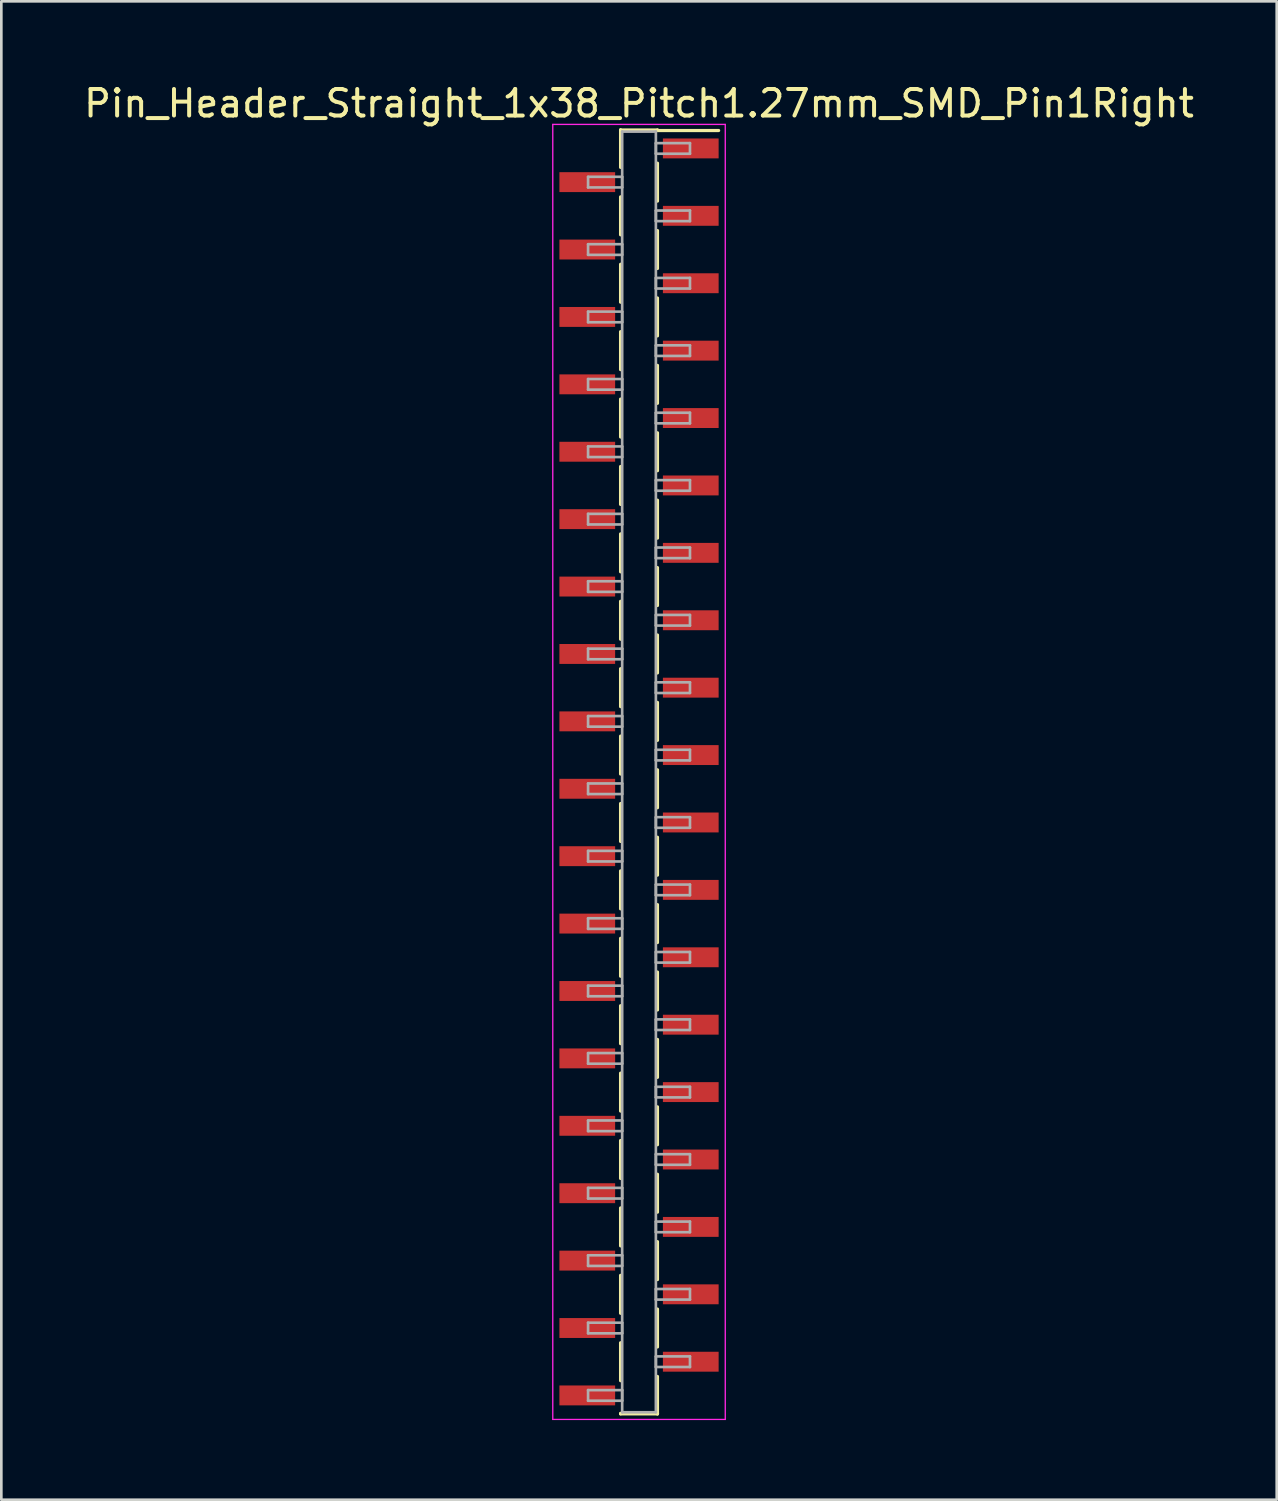
<source format=kicad_pcb>
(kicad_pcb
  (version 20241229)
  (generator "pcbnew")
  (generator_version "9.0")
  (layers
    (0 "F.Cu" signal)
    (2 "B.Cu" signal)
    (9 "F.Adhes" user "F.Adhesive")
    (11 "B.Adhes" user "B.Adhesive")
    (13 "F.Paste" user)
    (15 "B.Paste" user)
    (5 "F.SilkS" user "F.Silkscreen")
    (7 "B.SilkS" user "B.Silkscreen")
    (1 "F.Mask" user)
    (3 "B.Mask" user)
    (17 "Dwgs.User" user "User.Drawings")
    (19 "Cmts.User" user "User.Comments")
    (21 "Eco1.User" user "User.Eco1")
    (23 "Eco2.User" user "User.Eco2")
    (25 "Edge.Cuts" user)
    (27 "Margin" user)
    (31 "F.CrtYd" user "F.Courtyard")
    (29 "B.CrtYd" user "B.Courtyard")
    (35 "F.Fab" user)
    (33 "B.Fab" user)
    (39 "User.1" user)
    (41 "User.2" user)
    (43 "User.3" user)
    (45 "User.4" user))
  (footprint "Pin_Header_Straight_1x38_Pitch1.27mm_SMD_Pin1Right"
    (layer "F.Cu")
    (at 21.03 26.038)
    (property "Reference" "Pin_Header_Straight_1x38_Pitch1.27mm_SMD_Pin1Right" (at 0 -25.19 0) (layer "F.SilkS") (effects (font (size 1 1) (thickness 0.15))))
    (attr smd)
    (fp_line (start -0.695 -24.19) (end -0.695 -22.78) (stroke (width 0.12) (type solid)) (layer "F.SilkS"))
    (fp_line (start -0.695 -24.19) (end 0.695 -24.19) (stroke (width 0.12) (type solid)) (layer "F.SilkS"))
    (fp_line (start -0.695 -24.17) (end -0.695 -24.19) (stroke (width 0.12) (type solid)) (layer "F.SilkS"))
    (fp_line (start -0.695 -21.67) (end -0.695 -20.24) (stroke (width 0.12) (type solid)) (layer "F.SilkS"))
    (fp_line (start -0.695 -19.13) (end -0.695 -17.7) (stroke (width 0.12) (type solid)) (layer "F.SilkS"))
    (fp_line (start -0.695 -16.59) (end -0.695 -15.16) (stroke (width 0.12) (type solid)) (layer "F.SilkS"))
    (fp_line (start -0.695 -14.05) (end -0.695 -12.62) (stroke (width 0.12) (type solid)) (layer "F.SilkS"))
    (fp_line (start -0.695 -11.51) (end -0.695 -10.08) (stroke (width 0.12) (type solid)) (layer "F.SilkS"))
    (fp_line (start -0.695 -8.97) (end -0.695 -7.54) (stroke (width 0.12) (type solid)) (layer "F.SilkS"))
    (fp_line (start -0.695 -6.43) (end -0.695 -5) (stroke (width 0.12) (type solid)) (layer "F.SilkS"))
    (fp_line (start -0.695 -3.89) (end -0.695 -2.46) (stroke (width 0.12) (type solid)) (layer "F.SilkS"))
    (fp_line (start -0.695 -1.35) (end -0.695 0.08) (stroke (width 0.12) (type solid)) (layer "F.SilkS"))
    (fp_line (start -0.695 1.19) (end -0.695 2.62) (stroke (width 0.12) (type solid)) (layer "F.SilkS"))
    (fp_line (start -0.695 3.73) (end -0.695 5.16) (stroke (width 0.12) (type solid)) (layer "F.SilkS"))
    (fp_line (start -0.695 6.27) (end -0.695 7.7) (stroke (width 0.12) (type solid)) (layer "F.SilkS"))
    (fp_line (start -0.695 8.81) (end -0.695 10.24) (stroke (width 0.12) (type solid)) (layer "F.SilkS"))
    (fp_line (start -0.695 11.35) (end -0.695 12.78) (stroke (width 0.12) (type solid)) (layer "F.SilkS"))
    (fp_line (start -0.695 13.89) (end -0.695 15.32) (stroke (width 0.12) (type solid)) (layer "F.SilkS"))
    (fp_line (start -0.695 16.43) (end -0.695 17.86) (stroke (width 0.12) (type solid)) (layer "F.SilkS"))
    (fp_line (start -0.695 18.97) (end -0.695 20.4) (stroke (width 0.12) (type solid)) (layer "F.SilkS"))
    (fp_line (start -0.695 21.51) (end -0.695 22.94) (stroke (width 0.12) (type solid)) (layer "F.SilkS"))
    (fp_line (start -0.695 24.17) (end -0.695 24.19) (stroke (width 0.12) (type solid)) (layer "F.SilkS"))
    (fp_line (start -0.695 24.19) (end 0.695 24.19) (stroke (width 0.12) (type solid)) (layer "F.SilkS"))
    (fp_line (start 0.695 -24.19) (end 0.695 -24.17) (stroke (width 0.12) (type solid)) (layer "F.SilkS"))
    (fp_line (start 0.695 -24.17) (end 3 -24.17) (stroke (width 0.12) (type solid)) (layer "F.SilkS"))
    (fp_line (start 0.695 -22.94) (end 0.695 -21.51) (stroke (width 0.12) (type solid)) (layer "F.SilkS"))
    (fp_line (start 0.695 -20.4) (end 0.695 -18.97) (stroke (width 0.12) (type solid)) (layer "F.SilkS"))
    (fp_line (start 0.695 -17.86) (end 0.695 -16.43) (stroke (width 0.12) (type solid)) (layer "F.SilkS"))
    (fp_line (start 0.695 -15.32) (end 0.695 -13.89) (stroke (width 0.12) (type solid)) (layer "F.SilkS"))
    (fp_line (start 0.695 -12.78) (end 0.695 -11.35) (stroke (width 0.12) (type solid)) (layer "F.SilkS"))
    (fp_line (start 0.695 -10.24) (end 0.695 -8.81) (stroke (width 0.12) (type solid)) (layer "F.SilkS"))
    (fp_line (start 0.695 -7.7) (end 0.695 -6.27) (stroke (width 0.12) (type solid)) (layer "F.SilkS"))
    (fp_line (start 0.695 -5.16) (end 0.695 -3.73) (stroke (width 0.12) (type solid)) (layer "F.SilkS"))
    (fp_line (start 0.695 -2.62) (end 0.695 -1.19) (stroke (width 0.12) (type solid)) (layer "F.SilkS"))
    (fp_line (start 0.695 -0.08) (end 0.695 1.35) (stroke (width 0.12) (type solid)) (layer "F.SilkS"))
    (fp_line (start 0.695 2.46) (end 0.695 3.89) (stroke (width 0.12) (type solid)) (layer "F.SilkS"))
    (fp_line (start 0.695 5) (end 0.695 6.43) (stroke (width 0.12) (type solid)) (layer "F.SilkS"))
    (fp_line (start 0.695 7.54) (end 0.695 8.97) (stroke (width 0.12) (type solid)) (layer "F.SilkS"))
    (fp_line (start 0.695 10.08) (end 0.695 11.51) (stroke (width 0.12) (type solid)) (layer "F.SilkS"))
    (fp_line (start 0.695 12.62) (end 0.695 14.05) (stroke (width 0.12) (type solid)) (layer "F.SilkS"))
    (fp_line (start 0.695 15.16) (end 0.695 16.59) (stroke (width 0.12) (type solid)) (layer "F.SilkS"))
    (fp_line (start 0.695 17.7) (end 0.695 19.13) (stroke (width 0.12) (type solid)) (layer "F.SilkS"))
    (fp_line (start 0.695 20.24) (end 0.695 21.67) (stroke (width 0.12) (type solid)) (layer "F.SilkS"))
    (fp_line (start 0.695 22.78) (end 0.695 24.19) (stroke (width 0.12) (type solid)) (layer "F.SilkS"))
    (fp_line (start 0.695 24.19) (end 0.695 24.17) (stroke (width 0.12) (type solid)) (layer "F.SilkS"))
    (fp_line (start -3.25 -24.4) (end -3.25 24.4) (stroke (width 0.05) (type solid)) (layer "F.CrtYd"))
    (fp_line (start -3.25 24.4) (end 3.25 24.4) (stroke (width 0.05) (type solid)) (layer "F.CrtYd"))
    (fp_line (start 3.25 -24.4) (end -3.25 -24.4) (stroke (width 0.05) (type solid)) (layer "F.CrtYd"))
    (fp_line (start 3.25 24.4) (end 3.25 -24.4) (stroke (width 0.05) (type solid)) (layer "F.CrtYd"))
    (fp_line (start -1.92 -22.425) (end -0.635 -22.425) (stroke (width 0.1) (type solid)) (layer "F.Fab"))
    (fp_line (start -1.92 -22.025) (end -1.92 -22.425) (stroke (width 0.1) (type solid)) (layer "F.Fab"))
    (fp_line (start -1.92 -19.885) (end -0.635 -19.885) (stroke (width 0.1) (type solid)) (layer "F.Fab"))
    (fp_line (start -1.92 -19.485) (end -1.92 -19.885) (stroke (width 0.1) (type solid)) (layer "F.Fab"))
    (fp_line (start -1.92 -17.345) (end -0.635 -17.345) (stroke (width 0.1) (type solid)) (layer "F.Fab"))
    (fp_line (start -1.92 -16.945) (end -1.92 -17.345) (stroke (width 0.1) (type solid)) (layer "F.Fab"))
    (fp_line (start -1.92 -14.805) (end -0.635 -14.805) (stroke (width 0.1) (type solid)) (layer "F.Fab"))
    (fp_line (start -1.92 -14.405) (end -1.92 -14.805) (stroke (width 0.1) (type solid)) (layer "F.Fab"))
    (fp_line (start -1.92 -12.265) (end -0.635 -12.265) (stroke (width 0.1) (type solid)) (layer "F.Fab"))
    (fp_line (start -1.92 -11.865) (end -1.92 -12.265) (stroke (width 0.1) (type solid)) (layer "F.Fab"))
    (fp_line (start -1.92 -9.725) (end -0.635 -9.725) (stroke (width 0.1) (type solid)) (layer "F.Fab"))
    (fp_line (start -1.92 -9.325) (end -1.92 -9.725) (stroke (width 0.1) (type solid)) (layer "F.Fab"))
    (fp_line (start -1.92 -7.185) (end -0.635 -7.185) (stroke (width 0.1) (type solid)) (layer "F.Fab"))
    (fp_line (start -1.92 -6.785) (end -1.92 -7.185) (stroke (width 0.1) (type solid)) (layer "F.Fab"))
    (fp_line (start -1.92 -4.645) (end -0.635 -4.645) (stroke (width 0.1) (type solid)) (layer "F.Fab"))
    (fp_line (start -1.92 -4.245) (end -1.92 -4.645) (stroke (width 0.1) (type solid)) (layer "F.Fab"))
    (fp_line (start -1.92 -2.105) (end -0.635 -2.105) (stroke (width 0.1) (type solid)) (layer "F.Fab"))
    (fp_line (start -1.92 -1.705) (end -1.92 -2.105) (stroke (width 0.1) (type solid)) (layer "F.Fab"))
    (fp_line (start -1.92 0.435) (end -0.635 0.435) (stroke (width 0.1) (type solid)) (layer "F.Fab"))
    (fp_line (start -1.92 0.835) (end -1.92 0.435) (stroke (width 0.1) (type solid)) (layer "F.Fab"))
    (fp_line (start -1.92 2.975) (end -0.635 2.975) (stroke (width 0.1) (type solid)) (layer "F.Fab"))
    (fp_line (start -1.92 3.375) (end -1.92 2.975) (stroke (width 0.1) (type solid)) (layer "F.Fab"))
    (fp_line (start -1.92 5.515) (end -0.635 5.515) (stroke (width 0.1) (type solid)) (layer "F.Fab"))
    (fp_line (start -1.92 5.915) (end -1.92 5.515) (stroke (width 0.1) (type solid)) (layer "F.Fab"))
    (fp_line (start -1.92 8.055) (end -0.635 8.055) (stroke (width 0.1) (type solid)) (layer "F.Fab"))
    (fp_line (start -1.92 8.455) (end -1.92 8.055) (stroke (width 0.1) (type solid)) (layer "F.Fab"))
    (fp_line (start -1.92 10.595) (end -0.635 10.595) (stroke (width 0.1) (type solid)) (layer "F.Fab"))
    (fp_line (start -1.92 10.995) (end -1.92 10.595) (stroke (width 0.1) (type solid)) (layer "F.Fab"))
    (fp_line (start -1.92 13.135) (end -0.635 13.135) (stroke (width 0.1) (type solid)) (layer "F.Fab"))
    (fp_line (start -1.92 13.535) (end -1.92 13.135) (stroke (width 0.1) (type solid)) (layer "F.Fab"))
    (fp_line (start -1.92 15.675) (end -0.635 15.675) (stroke (width 0.1) (type solid)) (layer "F.Fab"))
    (fp_line (start -1.92 16.075) (end -1.92 15.675) (stroke (width 0.1) (type solid)) (layer "F.Fab"))
    (fp_line (start -1.92 18.215) (end -0.635 18.215) (stroke (width 0.1) (type solid)) (layer "F.Fab"))
    (fp_line (start -1.92 18.615) (end -1.92 18.215) (stroke (width 0.1) (type solid)) (layer "F.Fab"))
    (fp_line (start -1.92 20.755) (end -0.635 20.755) (stroke (width 0.1) (type solid)) (layer "F.Fab"))
    (fp_line (start -1.92 21.155) (end -1.92 20.755) (stroke (width 0.1) (type solid)) (layer "F.Fab"))
    (fp_line (start -1.92 23.295) (end -0.635 23.295) (stroke (width 0.1) (type solid)) (layer "F.Fab"))
    (fp_line (start -1.92 23.695) (end -1.92 23.295) (stroke (width 0.1) (type solid)) (layer "F.Fab"))
    (fp_line (start -0.635 -24.13) (end -0.635 24.13) (stroke (width 0.1) (type solid)) (layer "F.Fab"))
    (fp_line (start -0.635 -22.425) (end -0.635 -22.025) (stroke (width 0.1) (type solid)) (layer "F.Fab"))
    (fp_line (start -0.635 -22.025) (end -1.92 -22.025) (stroke (width 0.1) (type solid)) (layer "F.Fab"))
    (fp_line (start -0.635 -19.885) (end -0.635 -19.485) (stroke (width 0.1) (type solid)) (layer "F.Fab"))
    (fp_line (start -0.635 -19.485) (end -1.92 -19.485) (stroke (width 0.1) (type solid)) (layer "F.Fab"))
    (fp_line (start -0.635 -17.345) (end -0.635 -16.945) (stroke (width 0.1) (type solid)) (layer "F.Fab"))
    (fp_line (start -0.635 -16.945) (end -1.92 -16.945) (stroke (width 0.1) (type solid)) (layer "F.Fab"))
    (fp_line (start -0.635 -14.805) (end -0.635 -14.405) (stroke (width 0.1) (type solid)) (layer "F.Fab"))
    (fp_line (start -0.635 -14.405) (end -1.92 -14.405) (stroke (width 0.1) (type solid)) (layer "F.Fab"))
    (fp_line (start -0.635 -12.265) (end -0.635 -11.865) (stroke (width 0.1) (type solid)) (layer "F.Fab"))
    (fp_line (start -0.635 -11.865) (end -1.92 -11.865) (stroke (width 0.1) (type solid)) (layer "F.Fab"))
    (fp_line (start -0.635 -9.725) (end -0.635 -9.325) (stroke (width 0.1) (type solid)) (layer "F.Fab"))
    (fp_line (start -0.635 -9.325) (end -1.92 -9.325) (stroke (width 0.1) (type solid)) (layer "F.Fab"))
    (fp_line (start -0.635 -7.185) (end -0.635 -6.785) (stroke (width 0.1) (type solid)) (layer "F.Fab"))
    (fp_line (start -0.635 -6.785) (end -1.92 -6.785) (stroke (width 0.1) (type solid)) (layer "F.Fab"))
    (fp_line (start -0.635 -4.645) (end -0.635 -4.245) (stroke (width 0.1) (type solid)) (layer "F.Fab"))
    (fp_line (start -0.635 -4.245) (end -1.92 -4.245) (stroke (width 0.1) (type solid)) (layer "F.Fab"))
    (fp_line (start -0.635 -2.105) (end -0.635 -1.705) (stroke (width 0.1) (type solid)) (layer "F.Fab"))
    (fp_line (start -0.635 -1.705) (end -1.92 -1.705) (stroke (width 0.1) (type solid)) (layer "F.Fab"))
    (fp_line (start -0.635 0.435) (end -0.635 0.835) (stroke (width 0.1) (type solid)) (layer "F.Fab"))
    (fp_line (start -0.635 0.835) (end -1.92 0.835) (stroke (width 0.1) (type solid)) (layer "F.Fab"))
    (fp_line (start -0.635 2.975) (end -0.635 3.375) (stroke (width 0.1) (type solid)) (layer "F.Fab"))
    (fp_line (start -0.635 3.375) (end -1.92 3.375) (stroke (width 0.1) (type solid)) (layer "F.Fab"))
    (fp_line (start -0.635 5.515) (end -0.635 5.915) (stroke (width 0.1) (type solid)) (layer "F.Fab"))
    (fp_line (start -0.635 5.915) (end -1.92 5.915) (stroke (width 0.1) (type solid)) (layer "F.Fab"))
    (fp_line (start -0.635 8.055) (end -0.635 8.455) (stroke (width 0.1) (type solid)) (layer "F.Fab"))
    (fp_line (start -0.635 8.455) (end -1.92 8.455) (stroke (width 0.1) (type solid)) (layer "F.Fab"))
    (fp_line (start -0.635 10.595) (end -0.635 10.995) (stroke (width 0.1) (type solid)) (layer "F.Fab"))
    (fp_line (start -0.635 10.995) (end -1.92 10.995) (stroke (width 0.1) (type solid)) (layer "F.Fab"))
    (fp_line (start -0.635 13.135) (end -0.635 13.535) (stroke (width 0.1) (type solid)) (layer "F.Fab"))
    (fp_line (start -0.635 13.535) (end -1.92 13.535) (stroke (width 0.1) (type solid)) (layer "F.Fab"))
    (fp_line (start -0.635 15.675) (end -0.635 16.075) (stroke (width 0.1) (type solid)) (layer "F.Fab"))
    (fp_line (start -0.635 16.075) (end -1.92 16.075) (stroke (width 0.1) (type solid)) (layer "F.Fab"))
    (fp_line (start -0.635 18.215) (end -0.635 18.615) (stroke (width 0.1) (type solid)) (layer "F.Fab"))
    (fp_line (start -0.635 18.615) (end -1.92 18.615) (stroke (width 0.1) (type solid)) (layer "F.Fab"))
    (fp_line (start -0.635 20.755) (end -0.635 21.155) (stroke (width 0.1) (type solid)) (layer "F.Fab"))
    (fp_line (start -0.635 21.155) (end -1.92 21.155) (stroke (width 0.1) (type solid)) (layer "F.Fab"))
    (fp_line (start -0.635 23.295) (end -0.635 23.695) (stroke (width 0.1) (type solid)) (layer "F.Fab"))
    (fp_line (start -0.635 23.695) (end -1.92 23.695) (stroke (width 0.1) (type solid)) (layer "F.Fab"))
    (fp_line (start -0.635 24.13) (end 0.635 24.13) (stroke (width 0.1) (type solid)) (layer "F.Fab"))
    (fp_line (start 0.635 -24.13) (end -0.635 -24.13) (stroke (width 0.1) (type solid)) (layer "F.Fab"))
    (fp_line (start 0.635 -23.695) (end 0.635 -23.295) (stroke (width 0.1) (type solid)) (layer "F.Fab"))
    (fp_line (start 0.635 -23.295) (end 1.92 -23.295) (stroke (width 0.1) (type solid)) (layer "F.Fab"))
    (fp_line (start 0.635 -21.155) (end 0.635 -20.755) (stroke (width 0.1) (type solid)) (layer "F.Fab"))
    (fp_line (start 0.635 -20.755) (end 1.92 -20.755) (stroke (width 0.1) (type solid)) (layer "F.Fab"))
    (fp_line (start 0.635 -18.615) (end 0.635 -18.215) (stroke (width 0.1) (type solid)) (layer "F.Fab"))
    (fp_line (start 0.635 -18.215) (end 1.92 -18.215) (stroke (width 0.1) (type solid)) (layer "F.Fab"))
    (fp_line (start 0.635 -16.075) (end 0.635 -15.675) (stroke (width 0.1) (type solid)) (layer "F.Fab"))
    (fp_line (start 0.635 -15.675) (end 1.92 -15.675) (stroke (width 0.1) (type solid)) (layer "F.Fab"))
    (fp_line (start 0.635 -13.535) (end 0.635 -13.135) (stroke (width 0.1) (type solid)) (layer "F.Fab"))
    (fp_line (start 0.635 -13.135) (end 1.92 -13.135) (stroke (width 0.1) (type solid)) (layer "F.Fab"))
    (fp_line (start 0.635 -10.995) (end 0.635 -10.595) (stroke (width 0.1) (type solid)) (layer "F.Fab"))
    (fp_line (start 0.635 -10.595) (end 1.92 -10.595) (stroke (width 0.1) (type solid)) (layer "F.Fab"))
    (fp_line (start 0.635 -8.455) (end 0.635 -8.055) (stroke (width 0.1) (type solid)) (layer "F.Fab"))
    (fp_line (start 0.635 -8.055) (end 1.92 -8.055) (stroke (width 0.1) (type solid)) (layer "F.Fab"))
    (fp_line (start 0.635 -5.915) (end 0.635 -5.515) (stroke (width 0.1) (type solid)) (layer "F.Fab"))
    (fp_line (start 0.635 -5.515) (end 1.92 -5.515) (stroke (width 0.1) (type solid)) (layer "F.Fab"))
    (fp_line (start 0.635 -3.375) (end 0.635 -2.975) (stroke (width 0.1) (type solid)) (layer "F.Fab"))
    (fp_line (start 0.635 -2.975) (end 1.92 -2.975) (stroke (width 0.1) (type solid)) (layer "F.Fab"))
    (fp_line (start 0.635 -0.835) (end 0.635 -0.435) (stroke (width 0.1) (type solid)) (layer "F.Fab"))
    (fp_line (start 0.635 -0.435) (end 1.92 -0.435) (stroke (width 0.1) (type solid)) (layer "F.Fab"))
    (fp_line (start 0.635 1.705) (end 0.635 2.105) (stroke (width 0.1) (type solid)) (layer "F.Fab"))
    (fp_line (start 0.635 2.105) (end 1.92 2.105) (stroke (width 0.1) (type solid)) (layer "F.Fab"))
    (fp_line (start 0.635 4.245) (end 0.635 4.645) (stroke (width 0.1) (type solid)) (layer "F.Fab"))
    (fp_line (start 0.635 4.645) (end 1.92 4.645) (stroke (width 0.1) (type solid)) (layer "F.Fab"))
    (fp_line (start 0.635 6.785) (end 0.635 7.185) (stroke (width 0.1) (type solid)) (layer "F.Fab"))
    (fp_line (start 0.635 7.185) (end 1.92 7.185) (stroke (width 0.1) (type solid)) (layer "F.Fab"))
    (fp_line (start 0.635 9.325) (end 0.635 9.725) (stroke (width 0.1) (type solid)) (layer "F.Fab"))
    (fp_line (start 0.635 9.725) (end 1.92 9.725) (stroke (width 0.1) (type solid)) (layer "F.Fab"))
    (fp_line (start 0.635 11.865) (end 0.635 12.265) (stroke (width 0.1) (type solid)) (layer "F.Fab"))
    (fp_line (start 0.635 12.265) (end 1.92 12.265) (stroke (width 0.1) (type solid)) (layer "F.Fab"))
    (fp_line (start 0.635 14.405) (end 0.635 14.805) (stroke (width 0.1) (type solid)) (layer "F.Fab"))
    (fp_line (start 0.635 14.805) (end 1.92 14.805) (stroke (width 0.1) (type solid)) (layer "F.Fab"))
    (fp_line (start 0.635 16.945) (end 0.635 17.345) (stroke (width 0.1) (type solid)) (layer "F.Fab"))
    (fp_line (start 0.635 17.345) (end 1.92 17.345) (stroke (width 0.1) (type solid)) (layer "F.Fab"))
    (fp_line (start 0.635 19.485) (end 0.635 19.885) (stroke (width 0.1) (type solid)) (layer "F.Fab"))
    (fp_line (start 0.635 19.885) (end 1.92 19.885) (stroke (width 0.1) (type solid)) (layer "F.Fab"))
    (fp_line (start 0.635 22.025) (end 0.635 22.425) (stroke (width 0.1) (type solid)) (layer "F.Fab"))
    (fp_line (start 0.635 22.425) (end 1.92 22.425) (stroke (width 0.1) (type solid)) (layer "F.Fab"))
    (fp_line (start 0.635 24.13) (end 0.635 -24.13) (stroke (width 0.1) (type solid)) (layer "F.Fab"))
    (fp_line (start 1.92 -23.695) (end 0.635 -23.695) (stroke (width 0.1) (type solid)) (layer "F.Fab"))
    (fp_line (start 1.92 -23.295) (end 1.92 -23.695) (stroke (width 0.1) (type solid)) (layer "F.Fab"))
    (fp_line (start 1.92 -21.155) (end 0.635 -21.155) (stroke (width 0.1) (type solid)) (layer "F.Fab"))
    (fp_line (start 1.92 -20.755) (end 1.92 -21.155) (stroke (width 0.1) (type solid)) (layer "F.Fab"))
    (fp_line (start 1.92 -18.615) (end 0.635 -18.615) (stroke (width 0.1) (type solid)) (layer "F.Fab"))
    (fp_line (start 1.92 -18.215) (end 1.92 -18.615) (stroke (width 0.1) (type solid)) (layer "F.Fab"))
    (fp_line (start 1.92 -16.075) (end 0.635 -16.075) (stroke (width 0.1) (type solid)) (layer "F.Fab"))
    (fp_line (start 1.92 -15.675) (end 1.92 -16.075) (stroke (width 0.1) (type solid)) (layer "F.Fab"))
    (fp_line (start 1.92 -13.535) (end 0.635 -13.535) (stroke (width 0.1) (type solid)) (layer "F.Fab"))
    (fp_line (start 1.92 -13.135) (end 1.92 -13.535) (stroke (width 0.1) (type solid)) (layer "F.Fab"))
    (fp_line (start 1.92 -10.995) (end 0.635 -10.995) (stroke (width 0.1) (type solid)) (layer "F.Fab"))
    (fp_line (start 1.92 -10.595) (end 1.92 -10.995) (stroke (width 0.1) (type solid)) (layer "F.Fab"))
    (fp_line (start 1.92 -8.455) (end 0.635 -8.455) (stroke (width 0.1) (type solid)) (layer "F.Fab"))
    (fp_line (start 1.92 -8.055) (end 1.92 -8.455) (stroke (width 0.1) (type solid)) (layer "F.Fab"))
    (fp_line (start 1.92 -5.915) (end 0.635 -5.915) (stroke (width 0.1) (type solid)) (layer "F.Fab"))
    (fp_line (start 1.92 -5.515) (end 1.92 -5.915) (stroke (width 0.1) (type solid)) (layer "F.Fab"))
    (fp_line (start 1.92 -3.375) (end 0.635 -3.375) (stroke (width 0.1) (type solid)) (layer "F.Fab"))
    (fp_line (start 1.92 -2.975) (end 1.92 -3.375) (stroke (width 0.1) (type solid)) (layer "F.Fab"))
    (fp_line (start 1.92 -0.835) (end 0.635 -0.835) (stroke (width 0.1) (type solid)) (layer "F.Fab"))
    (fp_line (start 1.92 -0.435) (end 1.92 -0.835) (stroke (width 0.1) (type solid)) (layer "F.Fab"))
    (fp_line (start 1.92 1.705) (end 0.635 1.705) (stroke (width 0.1) (type solid)) (layer "F.Fab"))
    (fp_line (start 1.92 2.105) (end 1.92 1.705) (stroke (width 0.1) (type solid)) (layer "F.Fab"))
    (fp_line (start 1.92 4.245) (end 0.635 4.245) (stroke (width 0.1) (type solid)) (layer "F.Fab"))
    (fp_line (start 1.92 4.645) (end 1.92 4.245) (stroke (width 0.1) (type solid)) (layer "F.Fab"))
    (fp_line (start 1.92 6.785) (end 0.635 6.785) (stroke (width 0.1) (type solid)) (layer "F.Fab"))
    (fp_line (start 1.92 7.185) (end 1.92 6.785) (stroke (width 0.1) (type solid)) (layer "F.Fab"))
    (fp_line (start 1.92 9.325) (end 0.635 9.325) (stroke (width 0.1) (type solid)) (layer "F.Fab"))
    (fp_line (start 1.92 9.725) (end 1.92 9.325) (stroke (width 0.1) (type solid)) (layer "F.Fab"))
    (fp_line (start 1.92 11.865) (end 0.635 11.865) (stroke (width 0.1) (type solid)) (layer "F.Fab"))
    (fp_line (start 1.92 12.265) (end 1.92 11.865) (stroke (width 0.1) (type solid)) (layer "F.Fab"))
    (fp_line (start 1.92 14.405) (end 0.635 14.405) (stroke (width 0.1) (type solid)) (layer "F.Fab"))
    (fp_line (start 1.92 14.805) (end 1.92 14.405) (stroke (width 0.1) (type solid)) (layer "F.Fab"))
    (fp_line (start 1.92 16.945) (end 0.635 16.945) (stroke (width 0.1) (type solid)) (layer "F.Fab"))
    (fp_line (start 1.92 17.345) (end 1.92 16.945) (stroke (width 0.1) (type solid)) (layer "F.Fab"))
    (fp_line (start 1.92 19.485) (end 0.635 19.485) (stroke (width 0.1) (type solid)) (layer "F.Fab"))
    (fp_line (start 1.92 19.885) (end 1.92 19.485) (stroke (width 0.1) (type solid)) (layer "F.Fab"))
    (fp_line (start 1.92 22.025) (end 0.635 22.025) (stroke (width 0.1) (type solid)) (layer "F.Fab"))
    (fp_line (start 1.92 22.425) (end 1.92 22.025) (stroke (width 0.1) (type solid)) (layer "F.Fab"))
    (pad "1" smd rect (at 1.95 -23.495) (size 2.1 0.75) (layers "F.Cu" "F.Mask"))
    (pad "2" smd rect (at -1.95 -22.225) (size 2.1 0.75) (layers "F.Cu" "F.Mask"))
    (pad "3" smd rect (at 1.95 -20.955) (size 2.1 0.75) (layers "F.Cu" "F.Mask"))
    (pad "4" smd rect (at -1.95 -19.685) (size 2.1 0.75) (layers "F.Cu" "F.Mask"))
    (pad "5" smd rect (at 1.95 -18.415) (size 2.1 0.75) (layers "F.Cu" "F.Mask"))
    (pad "6" smd rect (at -1.95 -17.145) (size 2.1 0.75) (layers "F.Cu" "F.Mask"))
    (pad "7" smd rect (at 1.95 -15.875) (size 2.1 0.75) (layers "F.Cu" "F.Mask"))
    (pad "8" smd rect (at -1.95 -14.605) (size 2.1 0.75) (layers "F.Cu" "F.Mask"))
    (pad "9" smd rect (at 1.95 -13.335) (size 2.1 0.75) (layers "F.Cu" "F.Mask"))
    (pad "10" smd rect (at -1.95 -12.065) (size 2.1 0.75) (layers "F.Cu" "F.Mask"))
    (pad "11" smd rect (at 1.95 -10.795) (size 2.1 0.75) (layers "F.Cu" "F.Mask"))
    (pad "12" smd rect (at -1.95 -9.525) (size 2.1 0.75) (layers "F.Cu" "F.Mask"))
    (pad "13" smd rect (at 1.95 -8.255) (size 2.1 0.75) (layers "F.Cu" "F.Mask"))
    (pad "14" smd rect (at -1.95 -6.985) (size 2.1 0.75) (layers "F.Cu" "F.Mask"))
    (pad "15" smd rect (at 1.95 -5.715) (size 2.1 0.75) (layers "F.Cu" "F.Mask"))
    (pad "16" smd rect (at -1.95 -4.445) (size 2.1 0.75) (layers "F.Cu" "F.Mask"))
    (pad "17" smd rect (at 1.95 -3.175) (size 2.1 0.75) (layers "F.Cu" "F.Mask"))
    (pad "18" smd rect (at -1.95 -1.905) (size 2.1 0.75) (layers "F.Cu" "F.Mask"))
    (pad "19" smd rect (at 1.95 -0.635) (size 2.1 0.75) (layers "F.Cu" "F.Mask"))
    (pad "20" smd rect (at -1.95 0.635) (size 2.1 0.75) (layers "F.Cu" "F.Mask"))
    (pad "21" smd rect (at 1.95 1.905) (size 2.1 0.75) (layers "F.Cu" "F.Mask"))
    (pad "22" smd rect (at -1.95 3.175) (size 2.1 0.75) (layers "F.Cu" "F.Mask"))
    (pad "23" smd rect (at 1.95 4.445) (size 2.1 0.75) (layers "F.Cu" "F.Mask"))
    (pad "24" smd rect (at -1.95 5.715) (size 2.1 0.75) (layers "F.Cu" "F.Mask"))
    (pad "25" smd rect (at 1.95 6.985) (size 2.1 0.75) (layers "F.Cu" "F.Mask"))
    (pad "26" smd rect (at -1.95 8.255) (size 2.1 0.75) (layers "F.Cu" "F.Mask"))
    (pad "27" smd rect (at 1.95 9.525) (size 2.1 0.75) (layers "F.Cu" "F.Mask"))
    (pad "28" smd rect (at -1.95 10.795) (size 2.1 0.75) (layers "F.Cu" "F.Mask"))
    (pad "29" smd rect (at 1.95 12.065) (size 2.1 0.75) (layers "F.Cu" "F.Mask"))
    (pad "30" smd rect (at -1.95 13.335) (size 2.1 0.75) (layers "F.Cu" "F.Mask"))
    (pad "31" smd rect (at 1.95 14.605) (size 2.1 0.75) (layers "F.Cu" "F.Mask"))
    (pad "32" smd rect (at -1.95 15.875) (size 2.1 0.75) (layers "F.Cu" "F.Mask"))
    (pad "33" smd rect (at 1.95 17.145) (size 2.1 0.75) (layers "F.Cu" "F.Mask"))
    (pad "34" smd rect (at -1.95 18.415) (size 2.1 0.75) (layers "F.Cu" "F.Mask"))
    (pad "35" smd rect (at 1.95 19.685) (size 2.1 0.75) (layers "F.Cu" "F.Mask"))
    (pad "36" smd rect (at -1.95 20.955) (size 2.1 0.75) (layers "F.Cu" "F.Mask"))
    (pad "37" smd rect (at 1.95 22.225) (size 2.1 0.75) (layers "F.Cu" "F.Mask"))
    (pad "38" smd rect (at -1.95 23.495) (size 2.1 0.75) (layers "F.Cu" "F.Mask")))
  (gr_rect
    (start -3 -3)
    (end 45.06 53.463)
    (stroke (width 0.1) (type default))
    (fill no)
    (layer "Edge.Cuts")))
</source>
